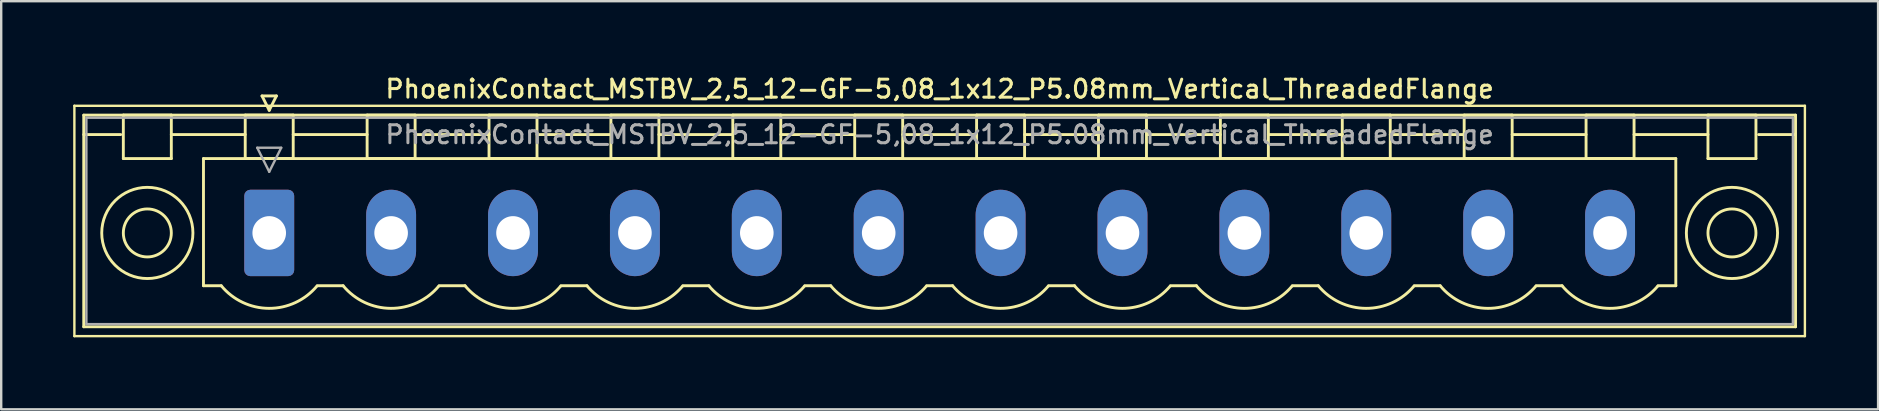
<source format=kicad_pcb>
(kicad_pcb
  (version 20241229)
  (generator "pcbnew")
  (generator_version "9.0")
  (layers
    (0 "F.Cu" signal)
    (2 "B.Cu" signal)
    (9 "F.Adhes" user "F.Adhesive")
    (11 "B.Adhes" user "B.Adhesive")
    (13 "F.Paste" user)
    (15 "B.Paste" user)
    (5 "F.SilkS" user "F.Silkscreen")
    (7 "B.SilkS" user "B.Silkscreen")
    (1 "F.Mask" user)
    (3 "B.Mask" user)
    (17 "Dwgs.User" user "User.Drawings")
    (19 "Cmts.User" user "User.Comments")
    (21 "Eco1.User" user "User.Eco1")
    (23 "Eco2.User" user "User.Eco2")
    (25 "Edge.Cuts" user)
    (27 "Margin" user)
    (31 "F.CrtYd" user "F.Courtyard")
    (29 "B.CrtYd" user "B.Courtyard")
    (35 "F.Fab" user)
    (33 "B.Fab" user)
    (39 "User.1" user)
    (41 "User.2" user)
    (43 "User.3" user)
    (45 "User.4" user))
  (footprint "PhoenixContact_MSTBV_2,5_12-GF-5,08_1x12_P5.08mm_Vertical_ThreadedFlange"
    (layer "F.Cu")
    (at 8.17 6.658)
    (property "Reference" "PhoenixContact_MSTBV_2,5_12-GF-5,08_1x12_P5.08mm_Vertical_ThreadedFlange" (at 27.94 -6 0) (layer "F.SilkS") (effects (font (size 0.75 0.75) (thickness 0.125))))
    (attr through_hole)
    (fp_line (start -8.12 -5.3) (end -8.12 4.3) (stroke (width 0.1) (type solid)) (layer "F.SilkS"))
    (fp_line (start -8.12 4.3) (end 64 4.3) (stroke (width 0.1) (type solid)) (layer "F.SilkS"))
    (fp_line (start -7.73 -4.91) (end -7.73 3.91) (stroke (width 0.12) (type solid)) (layer "F.SilkS"))
    (fp_line (start -7.73 -4.1) (end -6.19 -4.1) (stroke (width 0.12) (type solid)) (layer "F.SilkS"))
    (fp_line (start -7.73 3.91) (end 63.61 3.91) (stroke (width 0.12) (type solid)) (layer "F.SilkS"))
    (fp_line (start -6.08 -4.91) (end -4.08 -4.91) (stroke (width 0.12) (type solid)) (layer "F.SilkS"))
    (fp_line (start -6.08 -3.1) (end -6.08 -4.91) (stroke (width 0.12) (type solid)) (layer "F.SilkS"))
    (fp_line (start -4.08 -4.91) (end -4.08 -3.1) (stroke (width 0.12) (type solid)) (layer "F.SilkS"))
    (fp_line (start -4.08 -4.1) (end -1 -4.1) (stroke (width 0.12) (type solid)) (layer "F.SilkS"))
    (fp_line (start -4.08 -3.1) (end -6.08 -3.1) (stroke (width 0.12) (type solid)) (layer "F.SilkS"))
    (fp_line (start -2.74 -3.1) (end 58.62 -3.1) (stroke (width 0.12) (type solid)) (layer "F.SilkS"))
    (fp_line (start -2.74 2.2) (end -2.74 -3.1) (stroke (width 0.12) (type solid)) (layer "F.SilkS"))
    (fp_line (start -2 2.2) (end -2.74 2.2) (stroke (width 0.12) (type solid)) (layer "F.SilkS"))
    (fp_line (start -1 -4.91) (end 1 -4.91) (stroke (width 0.12) (type solid)) (layer "F.SilkS"))
    (fp_line (start -1 -3.1) (end -1 -4.91) (stroke (width 0.12) (type solid)) (layer "F.SilkS"))
    (fp_line (start -0.3 -5.71) (end 0.3 -5.71) (stroke (width 0.12) (type solid)) (layer "F.SilkS"))
    (fp_line (start 0 -5.11) (end -0.3 -5.71) (stroke (width 0.12) (type solid)) (layer "F.SilkS"))
    (fp_line (start 0.3 -5.71) (end 0 -5.11) (stroke (width 0.12) (type solid)) (layer "F.SilkS"))
    (fp_line (start 1 -4.91) (end 1 -3.1) (stroke (width 0.12) (type solid)) (layer "F.SilkS"))
    (fp_line (start 1 -4.1) (end 4.08 -4.1) (stroke (width 0.12) (type solid)) (layer "F.SilkS"))
    (fp_line (start 1 -3.1) (end -1 -3.1) (stroke (width 0.12) (type solid)) (layer "F.SilkS"))
    (fp_line (start 2 2.2) (end 3.08 2.2) (stroke (width 0.12) (type solid)) (layer "F.SilkS"))
    (fp_line (start 4.08 -4.91) (end 6.08 -4.91) (stroke (width 0.12) (type solid)) (layer "F.SilkS"))
    (fp_line (start 4.08 -3.1) (end 4.08 -4.91) (stroke (width 0.12) (type solid)) (layer "F.SilkS"))
    (fp_line (start 6.08 -4.91) (end 6.08 -3.1) (stroke (width 0.12) (type solid)) (layer "F.SilkS"))
    (fp_line (start 6.08 -4.1) (end 9.16 -4.1) (stroke (width 0.12) (type solid)) (layer "F.SilkS"))
    (fp_line (start 6.08 -3.1) (end 4.08 -3.1) (stroke (width 0.12) (type solid)) (layer "F.SilkS"))
    (fp_line (start 7.08 2.2) (end 8.16 2.2) (stroke (width 0.12) (type solid)) (layer "F.SilkS"))
    (fp_line (start 9.16 -4.91) (end 11.16 -4.91) (stroke (width 0.12) (type solid)) (layer "F.SilkS"))
    (fp_line (start 9.16 -3.1) (end 9.16 -4.91) (stroke (width 0.12) (type solid)) (layer "F.SilkS"))
    (fp_line (start 11.16 -4.91) (end 11.16 -3.1) (stroke (width 0.12) (type solid)) (layer "F.SilkS"))
    (fp_line (start 11.16 -4.1) (end 14.24 -4.1) (stroke (width 0.12) (type solid)) (layer "F.SilkS"))
    (fp_line (start 11.16 -3.1) (end 9.16 -3.1) (stroke (width 0.12) (type solid)) (layer "F.SilkS"))
    (fp_line (start 12.16 2.2) (end 13.24 2.2) (stroke (width 0.12) (type solid)) (layer "F.SilkS"))
    (fp_line (start 14.24 -4.91) (end 16.24 -4.91) (stroke (width 0.12) (type solid)) (layer "F.SilkS"))
    (fp_line (start 14.24 -3.1) (end 14.24 -4.91) (stroke (width 0.12) (type solid)) (layer "F.SilkS"))
    (fp_line (start 16.24 -4.91) (end 16.24 -3.1) (stroke (width 0.12) (type solid)) (layer "F.SilkS"))
    (fp_line (start 16.24 -4.1) (end 19.32 -4.1) (stroke (width 0.12) (type solid)) (layer "F.SilkS"))
    (fp_line (start 16.24 -3.1) (end 14.24 -3.1) (stroke (width 0.12) (type solid)) (layer "F.SilkS"))
    (fp_line (start 17.24 2.2) (end 18.32 2.2) (stroke (width 0.12) (type solid)) (layer "F.SilkS"))
    (fp_line (start 19.32 -4.91) (end 21.32 -4.91) (stroke (width 0.12) (type solid)) (layer "F.SilkS"))
    (fp_line (start 19.32 -3.1) (end 19.32 -4.91) (stroke (width 0.12) (type solid)) (layer "F.SilkS"))
    (fp_line (start 21.32 -4.91) (end 21.32 -3.1) (stroke (width 0.12) (type solid)) (layer "F.SilkS"))
    (fp_line (start 21.32 -4.1) (end 24.4 -4.1) (stroke (width 0.12) (type solid)) (layer "F.SilkS"))
    (fp_line (start 21.32 -3.1) (end 19.32 -3.1) (stroke (width 0.12) (type solid)) (layer "F.SilkS"))
    (fp_line (start 22.32 2.2) (end 23.4 2.2) (stroke (width 0.12) (type solid)) (layer "F.SilkS"))
    (fp_line (start 24.4 -4.91) (end 26.4 -4.91) (stroke (width 0.12) (type solid)) (layer "F.SilkS"))
    (fp_line (start 24.4 -3.1) (end 24.4 -4.91) (stroke (width 0.12) (type solid)) (layer "F.SilkS"))
    (fp_line (start 26.4 -4.91) (end 26.4 -3.1) (stroke (width 0.12) (type solid)) (layer "F.SilkS"))
    (fp_line (start 26.4 -4.1) (end 29.48 -4.1) (stroke (width 0.12) (type solid)) (layer "F.SilkS"))
    (fp_line (start 26.4 -3.1) (end 24.4 -3.1) (stroke (width 0.12) (type solid)) (layer "F.SilkS"))
    (fp_line (start 27.4 2.2) (end 28.48 2.2) (stroke (width 0.12) (type solid)) (layer "F.SilkS"))
    (fp_line (start 29.48 -4.91) (end 31.48 -4.91) (stroke (width 0.12) (type solid)) (layer "F.SilkS"))
    (fp_line (start 29.48 -3.1) (end 29.48 -4.91) (stroke (width 0.12) (type solid)) (layer "F.SilkS"))
    (fp_line (start 31.48 -4.91) (end 31.48 -3.1) (stroke (width 0.12) (type solid)) (layer "F.SilkS"))
    (fp_line (start 31.48 -4.1) (end 34.56 -4.1) (stroke (width 0.12) (type solid)) (layer "F.SilkS"))
    (fp_line (start 31.48 -3.1) (end 29.48 -3.1) (stroke (width 0.12) (type solid)) (layer "F.SilkS"))
    (fp_line (start 32.48 2.2) (end 33.56 2.2) (stroke (width 0.12) (type solid)) (layer "F.SilkS"))
    (fp_line (start 34.56 -4.91) (end 36.56 -4.91) (stroke (width 0.12) (type solid)) (layer "F.SilkS"))
    (fp_line (start 34.56 -3.1) (end 34.56 -4.91) (stroke (width 0.12) (type solid)) (layer "F.SilkS"))
    (fp_line (start 36.56 -4.91) (end 36.56 -3.1) (stroke (width 0.12) (type solid)) (layer "F.SilkS"))
    (fp_line (start 36.56 -4.1) (end 39.64 -4.1) (stroke (width 0.12) (type solid)) (layer "F.SilkS"))
    (fp_line (start 36.56 -3.1) (end 34.56 -3.1) (stroke (width 0.12) (type solid)) (layer "F.SilkS"))
    (fp_line (start 37.56 2.2) (end 38.64 2.2) (stroke (width 0.12) (type solid)) (layer "F.SilkS"))
    (fp_line (start 39.64 -4.91) (end 41.64 -4.91) (stroke (width 0.12) (type solid)) (layer "F.SilkS"))
    (fp_line (start 39.64 -3.1) (end 39.64 -4.91) (stroke (width 0.12) (type solid)) (layer "F.SilkS"))
    (fp_line (start 41.64 -4.91) (end 41.64 -3.1) (stroke (width 0.12) (type solid)) (layer "F.SilkS"))
    (fp_line (start 41.64 -4.1) (end 44.72 -4.1) (stroke (width 0.12) (type solid)) (layer "F.SilkS"))
    (fp_line (start 41.64 -3.1) (end 39.64 -3.1) (stroke (width 0.12) (type solid)) (layer "F.SilkS"))
    (fp_line (start 42.64 2.2) (end 43.72 2.2) (stroke (width 0.12) (type solid)) (layer "F.SilkS"))
    (fp_line (start 44.72 -4.91) (end 46.72 -4.91) (stroke (width 0.12) (type solid)) (layer "F.SilkS"))
    (fp_line (start 44.72 -3.1) (end 44.72 -4.91) (stroke (width 0.12) (type solid)) (layer "F.SilkS"))
    (fp_line (start 46.72 -4.91) (end 46.72 -3.1) (stroke (width 0.12) (type solid)) (layer "F.SilkS"))
    (fp_line (start 46.72 -4.1) (end 49.8 -4.1) (stroke (width 0.12) (type solid)) (layer "F.SilkS"))
    (fp_line (start 46.72 -3.1) (end 44.72 -3.1) (stroke (width 0.12) (type solid)) (layer "F.SilkS"))
    (fp_line (start 47.72 2.2) (end 48.8 2.2) (stroke (width 0.12) (type solid)) (layer "F.SilkS"))
    (fp_line (start 49.8 -4.91) (end 51.8 -4.91) (stroke (width 0.12) (type solid)) (layer "F.SilkS"))
    (fp_line (start 49.8 -3.1) (end 49.8 -4.91) (stroke (width 0.12) (type solid)) (layer "F.SilkS"))
    (fp_line (start 51.8 -4.91) (end 51.8 -3.1) (stroke (width 0.12) (type solid)) (layer "F.SilkS"))
    (fp_line (start 51.8 -4.1) (end 54.88 -4.1) (stroke (width 0.12) (type solid)) (layer "F.SilkS"))
    (fp_line (start 51.8 -3.1) (end 49.8 -3.1) (stroke (width 0.12) (type solid)) (layer "F.SilkS"))
    (fp_line (start 52.8 2.2) (end 53.88 2.2) (stroke (width 0.12) (type solid)) (layer "F.SilkS"))
    (fp_line (start 54.88 -4.91) (end 56.88 -4.91) (stroke (width 0.12) (type solid)) (layer "F.SilkS"))
    (fp_line (start 54.88 -3.1) (end 54.88 -4.91) (stroke (width 0.12) (type solid)) (layer "F.SilkS"))
    (fp_line (start 56.88 -4.91) (end 56.88 -3.1) (stroke (width 0.12) (type solid)) (layer "F.SilkS"))
    (fp_line (start 56.88 -4.1) (end 59.96 -4.1) (stroke (width 0.12) (type solid)) (layer "F.SilkS"))
    (fp_line (start 56.88 -3.1) (end 54.88 -3.1) (stroke (width 0.12) (type solid)) (layer "F.SilkS"))
    (fp_line (start 58.62 -3.1) (end 58.62 2.2) (stroke (width 0.12) (type solid)) (layer "F.SilkS"))
    (fp_line (start 58.62 2.2) (end 57.88 2.2) (stroke (width 0.12) (type solid)) (layer "F.SilkS"))
    (fp_line (start 59.96 -4.91) (end 61.96 -4.91) (stroke (width 0.12) (type solid)) (layer "F.SilkS"))
    (fp_line (start 59.96 -3.1) (end 59.96 -4.91) (stroke (width 0.12) (type solid)) (layer "F.SilkS"))
    (fp_line (start 61.96 -4.91) (end 61.96 -3.1) (stroke (width 0.12) (type solid)) (layer "F.SilkS"))
    (fp_line (start 61.96 -3.1) (end 59.96 -3.1) (stroke (width 0.12) (type solid)) (layer "F.SilkS"))
    (fp_line (start 63.61 -4.91) (end -7.73 -4.91) (stroke (width 0.12) (type solid)) (layer "F.SilkS"))
    (fp_line (start 63.61 -4.1) (end 62.07 -4.1) (stroke (width 0.12) (type solid)) (layer "F.SilkS"))
    (fp_line (start 63.61 3.91) (end 63.61 -4.91) (stroke (width 0.12) (type solid)) (layer "F.SilkS"))
    (fp_line (start 64 -5.3) (end -8.12 -5.3) (stroke (width 0.1) (type solid)) (layer "F.SilkS"))
    (fp_line (start 64 4.3) (end 64 -5.3) (stroke (width 0.1) (type solid)) (layer "F.SilkS"))
    (fp_arc (start 1.986842 2.215821) (mid -0.010289 3.142758) (end -2 2.2) (stroke (width 0.12) (type solid)) (layer "F.SilkS"))
    (fp_arc (start 7.066842 2.215821) (mid 5.069711 3.142758) (end 3.08 2.2) (stroke (width 0.12) (type solid)) (layer "F.SilkS"))
    (fp_arc (start 12.146842 2.215821) (mid 10.149711 3.142758) (end 8.16 2.2) (stroke (width 0.12) (type solid)) (layer "F.SilkS"))
    (fp_arc (start 17.226842 2.215821) (mid 15.229711 3.142758) (end 13.24 2.2) (stroke (width 0.12) (type solid)) (layer "F.SilkS"))
    (fp_arc (start 22.306842 2.215821) (mid 20.309711 3.142758) (end 18.32 2.2) (stroke (width 0.12) (type solid)) (layer "F.SilkS"))
    (fp_arc (start 27.386842 2.215821) (mid 25.389711 3.142758) (end 23.4 2.2) (stroke (width 0.12) (type solid)) (layer "F.SilkS"))
    (fp_arc (start 32.466842 2.215821) (mid 30.469711 3.142758) (end 28.48 2.2) (stroke (width 0.12) (type solid)) (layer "F.SilkS"))
    (fp_arc (start 37.546842 2.215821) (mid 35.549711 3.142758) (end 33.56 2.2) (stroke (width 0.12) (type solid)) (layer "F.SilkS"))
    (fp_arc (start 42.626842 2.215821) (mid 40.629711 3.142758) (end 38.64 2.2) (stroke (width 0.12) (type solid)) (layer "F.SilkS"))
    (fp_arc (start 47.706842 2.215821) (mid 45.709711 3.142758) (end 43.72 2.2) (stroke (width 0.12) (type solid)) (layer "F.SilkS"))
    (fp_arc (start 52.786842 2.215821) (mid 50.789711 3.142758) (end 48.8 2.2) (stroke (width 0.12) (type solid)) (layer "F.SilkS"))
    (fp_arc (start 57.866842 2.215821) (mid 55.869711 3.142758) (end 53.88 2.2) (stroke (width 0.12) (type solid)) (layer "F.SilkS"))
    (fp_circle (center -5.08 0) (end -4.08 0) (stroke (width 0.12) (type solid)) (fill no) (layer "F.SilkS"))
    (fp_circle (center -5.08 0) (end -3.18 0) (stroke (width 0.12) (type solid)) (fill no) (layer "F.SilkS"))
    (fp_circle (center 60.96 0) (end 61.96 0) (stroke (width 0.12) (type solid)) (fill no) (layer "F.SilkS"))
    (fp_circle (center 60.96 0) (end 62.86 0) (stroke (width 0.12) (type solid)) (fill no) (layer "F.SilkS"))
    (fp_line (start -7.62 -4.8) (end -7.62 3.8) (stroke (width 0.1) (type solid)) (layer "F.Fab"))
    (fp_line (start -7.62 3.8) (end 63.5 3.8) (stroke (width 0.1) (type solid)) (layer "F.Fab"))
    (fp_line (start -0.5 -3.55) (end 0.5 -3.55) (stroke (width 0.1) (type solid)) (layer "F.Fab"))
    (fp_line (start 0 -2.55) (end -0.5 -3.55) (stroke (width 0.1) (type solid)) (layer "F.Fab"))
    (fp_line (start 0.5 -3.55) (end 0 -2.55) (stroke (width 0.1) (type solid)) (layer "F.Fab"))
    (fp_line (start 63.5 -4.8) (end -7.62 -4.8) (stroke (width 0.1) (type solid)) (layer "F.Fab"))
    (fp_line (start 63.5 3.8) (end 63.5 -4.8) (stroke (width 0.1) (type solid)) (layer "F.Fab"))
    (fp_text user "${REFERENCE}" (at 27.94 -4.1 0) (layer "F.Fab") (effects (font (size 0.75 0.75) (thickness 0.125))))
    (pad "1" thru_hole roundrect (at 0 0) (size 2.08 3.6) (drill 1.4) (layers "*.Cu" "*.Mask") (roundrect_rratio 0.12))
    (pad "2" thru_hole oval (at 5.08 0) (size 2.08 3.6) (drill 1.4) (layers "*.Cu" "*.Mask"))
    (pad "3" thru_hole oval (at 10.16 0) (size 2.08 3.6) (drill 1.4) (layers "*.Cu" "*.Mask"))
    (pad "4" thru_hole oval (at 15.24 0) (size 2.08 3.6) (drill 1.4) (layers "*.Cu" "*.Mask"))
    (pad "5" thru_hole oval (at 20.32 0) (size 2.08 3.6) (drill 1.4) (layers "*.Cu" "*.Mask"))
    (pad "6" thru_hole oval (at 25.4 0) (size 2.08 3.6) (drill 1.4) (layers "*.Cu" "*.Mask"))
    (pad "7" thru_hole oval (at 30.48 0) (size 2.08 3.6) (drill 1.4) (layers "*.Cu" "*.Mask"))
    (pad "8" thru_hole oval (at 35.56 0) (size 2.08 3.6) (drill 1.4) (layers "*.Cu" "*.Mask"))
    (pad "9" thru_hole oval (at 40.64 0) (size 2.08 3.6) (drill 1.4) (layers "*.Cu" "*.Mask"))
    (pad "10" thru_hole oval (at 45.72 0) (size 2.08 3.6) (drill 1.4) (layers "*.Cu" "*.Mask"))
    (pad "11" thru_hole oval (at 50.8 0) (size 2.08 3.6) (drill 1.4) (layers "*.Cu" "*.Mask"))
    (pad "12" thru_hole oval (at 55.88 0) (size 2.08 3.6) (drill 1.4) (layers "*.Cu" "*.Mask")))
  (gr_rect
    (start -3 -3)
    (end 75.22 14.008)
    (stroke (width 0.1) (type default))
    (fill no)
    (layer "Edge.Cuts")))
</source>
